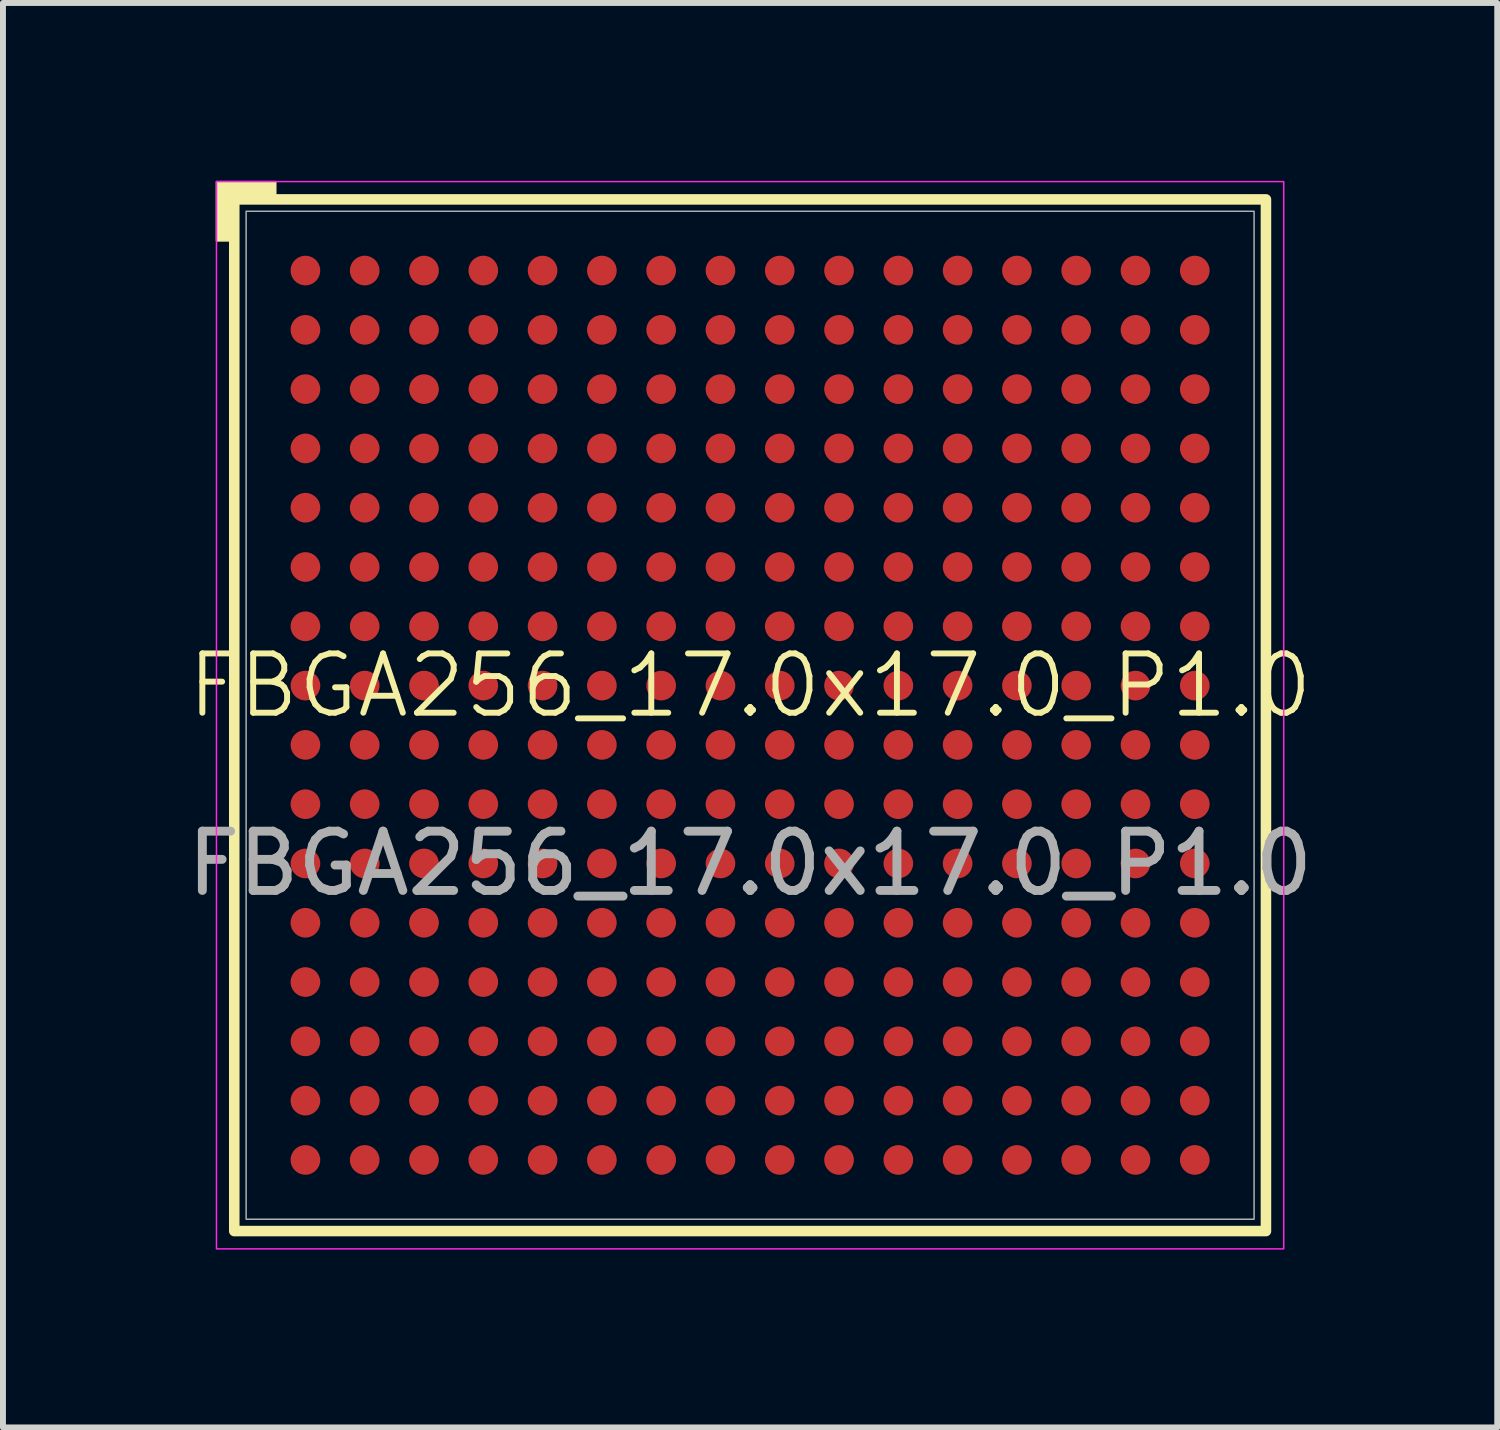
<source format=kicad_pcb>
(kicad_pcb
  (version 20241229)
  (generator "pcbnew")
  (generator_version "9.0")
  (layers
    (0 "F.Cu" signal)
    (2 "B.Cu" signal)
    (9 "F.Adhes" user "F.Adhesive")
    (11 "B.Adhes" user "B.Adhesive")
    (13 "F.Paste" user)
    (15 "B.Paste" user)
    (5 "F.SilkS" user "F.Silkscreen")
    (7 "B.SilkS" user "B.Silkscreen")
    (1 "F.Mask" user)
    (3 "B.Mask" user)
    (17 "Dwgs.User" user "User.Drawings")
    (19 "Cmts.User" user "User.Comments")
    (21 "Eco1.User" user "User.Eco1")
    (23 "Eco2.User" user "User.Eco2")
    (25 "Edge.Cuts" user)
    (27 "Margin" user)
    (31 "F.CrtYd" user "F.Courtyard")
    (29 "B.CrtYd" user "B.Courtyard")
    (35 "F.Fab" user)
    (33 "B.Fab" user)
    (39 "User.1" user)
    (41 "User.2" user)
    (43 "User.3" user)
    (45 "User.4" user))
  (footprint "FBGA256_17.0x17.0_P1.0"
    (layer "F.Cu")
    (at 9.601 9.013)
    (property "Reference" "FBGA256_17.0x17.0_P1.0" (at 0 -0.5 0) (unlocked yes) (layer "F.SilkS") (effects (font (size 1 1) (thickness 0.1))))
    (attr smd)
    (fp_rect (start -8.7 8.7) (end 8.7 -8.7) (stroke (width 0.178) (type default)) (fill no) (layer "F.SilkS"))
    (fp_poly (pts (xy -8.7 -8) (xy -9 -8) (xy -9 -9) (xy -8 -9) (xy -8 -8.7) (xy -8.7 -8.7)) (stroke (width 0.025) (type solid)) (fill yes) (layer "F.SilkS"))
    (fp_rect (start -9 -9) (end 9 9) (stroke (width 0.025) (type default)) (fill no) (layer "F.CrtYd"))
    (fp_rect (start -8.5 8.5) (end 8.5 -8.5) (stroke (width 0.025) (type default)) (fill no) (layer "F.Fab"))
    (fp_text user "${REFERENCE}" (at 0 2.5 0) (unlocked yes) (layer "F.Fab") (effects (font (size 1 1) (thickness 0.15))))
    (pad "A1" smd circle (at -7.5 -7.5) (size 0.5 0.5) (layers "F.Cu" "F.Mask" "F.Paste"))
    (pad "A2" smd circle (at -6.5 -7.5) (size 0.5 0.5) (layers "F.Cu" "F.Mask" "F.Paste"))
    (pad "A3" smd circle (at -5.5 -7.5) (size 0.5 0.5) (layers "F.Cu" "F.Mask" "F.Paste"))
    (pad "A4" smd circle (at -4.5 -7.5) (size 0.5 0.5) (layers "F.Cu" "F.Mask" "F.Paste"))
    (pad "A5" smd circle (at -3.5 -7.5) (size 0.5 0.5) (layers "F.Cu" "F.Mask" "F.Paste"))
    (pad "A6" smd circle (at -2.5 -7.5) (size 0.5 0.5) (layers "F.Cu" "F.Mask" "F.Paste"))
    (pad "A7" smd circle (at -1.5 -7.5) (size 0.5 0.5) (layers "F.Cu" "F.Mask" "F.Paste"))
    (pad "A8" smd circle (at -0.5 -7.5) (size 0.5 0.5) (layers "F.Cu" "F.Mask" "F.Paste"))
    (pad "A9" smd circle (at 0.5 -7.5) (size 0.5 0.5) (layers "F.Cu" "F.Mask" "F.Paste"))
    (pad "A10" smd circle (at 1.5 -7.5) (size 0.5 0.5) (layers "F.Cu" "F.Mask" "F.Paste"))
    (pad "A11" smd circle (at 2.5 -7.5) (size 0.5 0.5) (layers "F.Cu" "F.Mask" "F.Paste"))
    (pad "A12" smd circle (at 3.5 -7.5) (size 0.5 0.5) (layers "F.Cu" "F.Mask" "F.Paste"))
    (pad "A13" smd circle (at 4.5 -7.5) (size 0.5 0.5) (layers "F.Cu" "F.Mask" "F.Paste"))
    (pad "A14" smd circle (at 5.5 -7.5) (size 0.5 0.5) (layers "F.Cu" "F.Mask" "F.Paste"))
    (pad "A15" smd circle (at 6.5 -7.5) (size 0.5 0.5) (layers "F.Cu" "F.Mask" "F.Paste"))
    (pad "A16" smd circle (at 7.5 -7.5) (size 0.5 0.5) (layers "F.Cu" "F.Mask" "F.Paste"))
    (pad "B1" smd circle (at -7.5 -6.5) (size 0.5 0.5) (layers "F.Cu" "F.Mask" "F.Paste"))
    (pad "B2" smd circle (at -6.5 -6.5) (size 0.5 0.5) (layers "F.Cu" "F.Mask" "F.Paste"))
    (pad "B3" smd circle (at -5.5 -6.5) (size 0.5 0.5) (layers "F.Cu" "F.Mask" "F.Paste"))
    (pad "B4" smd circle (at -4.5 -6.5) (size 0.5 0.5) (layers "F.Cu" "F.Mask" "F.Paste"))
    (pad "B5" smd circle (at -3.5 -6.5) (size 0.5 0.5) (layers "F.Cu" "F.Mask" "F.Paste"))
    (pad "B6" smd circle (at -2.5 -6.5) (size 0.5 0.5) (layers "F.Cu" "F.Mask" "F.Paste"))
    (pad "B7" smd circle (at -1.5 -6.5) (size 0.5 0.5) (layers "F.Cu" "F.Mask" "F.Paste"))
    (pad "B8" smd circle (at -0.5 -6.5) (size 0.5 0.5) (layers "F.Cu" "F.Mask" "F.Paste"))
    (pad "B9" smd circle (at 0.5 -6.5) (size 0.5 0.5) (layers "F.Cu" "F.Mask" "F.Paste"))
    (pad "B10" smd circle (at 1.5 -6.5) (size 0.5 0.5) (layers "F.Cu" "F.Mask" "F.Paste"))
    (pad "B11" smd circle (at 2.5 -6.5) (size 0.5 0.5) (layers "F.Cu" "F.Mask" "F.Paste"))
    (pad "B12" smd circle (at 3.5 -6.5) (size 0.5 0.5) (layers "F.Cu" "F.Mask" "F.Paste"))
    (pad "B13" smd circle (at 4.5 -6.5) (size 0.5 0.5) (layers "F.Cu" "F.Mask" "F.Paste"))
    (pad "B14" smd circle (at 5.5 -6.5) (size 0.5 0.5) (layers "F.Cu" "F.Mask" "F.Paste"))
    (pad "B15" smd circle (at 6.5 -6.5) (size 0.5 0.5) (layers "F.Cu" "F.Mask" "F.Paste"))
    (pad "B16" smd circle (at 7.5 -6.5) (size 0.5 0.5) (layers "F.Cu" "F.Mask" "F.Paste"))
    (pad "C1" smd circle (at -7.5 -5.5) (size 0.5 0.5) (layers "F.Cu" "F.Mask" "F.Paste"))
    (pad "C2" smd circle (at -6.5 -5.5) (size 0.5 0.5) (layers "F.Cu" "F.Mask" "F.Paste"))
    (pad "C3" smd circle (at -5.5 -5.5) (size 0.5 0.5) (layers "F.Cu" "F.Mask" "F.Paste"))
    (pad "C4" smd circle (at -4.5 -5.5) (size 0.5 0.5) (layers "F.Cu" "F.Mask" "F.Paste"))
    (pad "C5" smd circle (at -3.5 -5.5) (size 0.5 0.5) (layers "F.Cu" "F.Mask" "F.Paste"))
    (pad "C6" smd circle (at -2.5 -5.5) (size 0.5 0.5) (layers "F.Cu" "F.Mask" "F.Paste"))
    (pad "C7" smd circle (at -1.5 -5.5) (size 0.5 0.5) (layers "F.Cu" "F.Mask" "F.Paste"))
    (pad "C8" smd circle (at -0.5 -5.5) (size 0.5 0.5) (layers "F.Cu" "F.Mask" "F.Paste"))
    (pad "C9" smd circle (at 0.5 -5.5) (size 0.5 0.5) (layers "F.Cu" "F.Mask" "F.Paste"))
    (pad "C10" smd circle (at 1.5 -5.5) (size 0.5 0.5) (layers "F.Cu" "F.Mask" "F.Paste"))
    (pad "C11" smd circle (at 2.5 -5.5) (size 0.5 0.5) (layers "F.Cu" "F.Mask" "F.Paste"))
    (pad "C12" smd circle (at 3.5 -5.5) (size 0.5 0.5) (layers "F.Cu" "F.Mask" "F.Paste"))
    (pad "C13" smd circle (at 4.5 -5.5) (size 0.5 0.5) (layers "F.Cu" "F.Mask" "F.Paste"))
    (pad "C14" smd circle (at 5.5 -5.5) (size 0.5 0.5) (layers "F.Cu" "F.Mask" "F.Paste"))
    (pad "C15" smd circle (at 6.5 -5.5) (size 0.5 0.5) (layers "F.Cu" "F.Mask" "F.Paste"))
    (pad "C16" smd circle (at 7.5 -5.5) (size 0.5 0.5) (layers "F.Cu" "F.Mask" "F.Paste"))
    (pad "D1" smd circle (at -7.5 -4.5) (size 0.5 0.5) (layers "F.Cu" "F.Mask" "F.Paste"))
    (pad "D2" smd circle (at -6.5 -4.5) (size 0.5 0.5) (layers "F.Cu" "F.Mask" "F.Paste"))
    (pad "D3" smd circle (at -5.5 -4.5) (size 0.5 0.5) (layers "F.Cu" "F.Mask" "F.Paste"))
    (pad "D4" smd circle (at -4.5 -4.5) (size 0.5 0.5) (layers "F.Cu" "F.Mask" "F.Paste"))
    (pad "D5" smd circle (at -3.5 -4.5) (size 0.5 0.5) (layers "F.Cu" "F.Mask" "F.Paste"))
    (pad "D6" smd circle (at -2.5 -4.5) (size 0.5 0.5) (layers "F.Cu" "F.Mask" "F.Paste"))
    (pad "D7" smd circle (at -1.5 -4.5) (size 0.5 0.5) (layers "F.Cu" "F.Mask" "F.Paste"))
    (pad "D8" smd circle (at -0.5 -4.5) (size 0.5 0.5) (layers "F.Cu" "F.Mask" "F.Paste"))
    (pad "D9" smd circle (at 0.5 -4.5) (size 0.5 0.5) (layers "F.Cu" "F.Mask" "F.Paste"))
    (pad "D10" smd circle (at 1.5 -4.5) (size 0.5 0.5) (layers "F.Cu" "F.Mask" "F.Paste"))
    (pad "D11" smd circle (at 2.5 -4.5) (size 0.5 0.5) (layers "F.Cu" "F.Mask" "F.Paste"))
    (pad "D12" smd circle (at 3.5 -4.5) (size 0.5 0.5) (layers "F.Cu" "F.Mask" "F.Paste"))
    (pad "D13" smd circle (at 4.5 -4.5) (size 0.5 0.5) (layers "F.Cu" "F.Mask" "F.Paste"))
    (pad "D14" smd circle (at 5.5 -4.5) (size 0.5 0.5) (layers "F.Cu" "F.Mask" "F.Paste"))
    (pad "D15" smd circle (at 6.5 -4.5) (size 0.5 0.5) (layers "F.Cu" "F.Mask" "F.Paste"))
    (pad "D16" smd circle (at 7.5 -4.5) (size 0.5 0.5) (layers "F.Cu" "F.Mask" "F.Paste"))
    (pad "E1" smd circle (at -7.5 -3.5) (size 0.5 0.5) (layers "F.Cu" "F.Mask" "F.Paste"))
    (pad "E2" smd circle (at -6.5 -3.5) (size 0.5 0.5) (layers "F.Cu" "F.Mask" "F.Paste"))
    (pad "E3" smd circle (at -5.5 -3.5) (size 0.5 0.5) (layers "F.Cu" "F.Mask" "F.Paste"))
    (pad "E4" smd circle (at -4.5 -3.5) (size 0.5 0.5) (layers "F.Cu" "F.Mask" "F.Paste"))
    (pad "E5" smd circle (at -3.5 -3.5) (size 0.5 0.5) (layers "F.Cu" "F.Mask" "F.Paste"))
    (pad "E6" smd circle (at -2.5 -3.5) (size 0.5 0.5) (layers "F.Cu" "F.Mask" "F.Paste"))
    (pad "E7" smd circle (at -1.5 -3.5) (size 0.5 0.5) (layers "F.Cu" "F.Mask" "F.Paste"))
    (pad "E8" smd circle (at -0.5 -3.5) (size 0.5 0.5) (layers "F.Cu" "F.Mask" "F.Paste"))
    (pad "E9" smd circle (at 0.5 -3.5) (size 0.5 0.5) (layers "F.Cu" "F.Mask" "F.Paste"))
    (pad "E10" smd circle (at 1.5 -3.5) (size 0.5 0.5) (layers "F.Cu" "F.Mask" "F.Paste"))
    (pad "E11" smd circle (at 2.5 -3.5) (size 0.5 0.5) (layers "F.Cu" "F.Mask" "F.Paste"))
    (pad "E12" smd circle (at 3.5 -3.5) (size 0.5 0.5) (layers "F.Cu" "F.Mask" "F.Paste"))
    (pad "E13" smd circle (at 4.5 -3.5) (size 0.5 0.5) (layers "F.Cu" "F.Mask" "F.Paste"))
    (pad "E14" smd circle (at 5.5 -3.5) (size 0.5 0.5) (layers "F.Cu" "F.Mask" "F.Paste"))
    (pad "E15" smd circle (at 6.5 -3.5) (size 0.5 0.5) (layers "F.Cu" "F.Mask" "F.Paste"))
    (pad "E16" smd circle (at 7.5 -3.5) (size 0.5 0.5) (layers "F.Cu" "F.Mask" "F.Paste"))
    (pad "F1" smd circle (at -7.5 -2.5) (size 0.5 0.5) (layers "F.Cu" "F.Mask" "F.Paste"))
    (pad "F2" smd circle (at -6.5 -2.5) (size 0.5 0.5) (layers "F.Cu" "F.Mask" "F.Paste"))
    (pad "F3" smd circle (at -5.5 -2.5) (size 0.5 0.5) (layers "F.Cu" "F.Mask" "F.Paste"))
    (pad "F4" smd circle (at -4.5 -2.5) (size 0.5 0.5) (layers "F.Cu" "F.Mask" "F.Paste"))
    (pad "F5" smd circle (at -3.5 -2.5) (size 0.5 0.5) (layers "F.Cu" "F.Mask" "F.Paste"))
    (pad "F6" smd circle (at -2.5 -2.5) (size 0.5 0.5) (layers "F.Cu" "F.Mask" "F.Paste"))
    (pad "F7" smd circle (at -1.5 -2.5) (size 0.5 0.5) (layers "F.Cu" "F.Mask" "F.Paste"))
    (pad "F8" smd circle (at -0.5 -2.5) (size 0.5 0.5) (layers "F.Cu" "F.Mask" "F.Paste"))
    (pad "F9" smd circle (at 0.5 -2.5) (size 0.5 0.5) (layers "F.Cu" "F.Mask" "F.Paste"))
    (pad "F10" smd circle (at 1.5 -2.5) (size 0.5 0.5) (layers "F.Cu" "F.Mask" "F.Paste"))
    (pad "F11" smd circle (at 2.5 -2.5) (size 0.5 0.5) (layers "F.Cu" "F.Mask" "F.Paste"))
    (pad "F12" smd circle (at 3.5 -2.5) (size 0.5 0.5) (layers "F.Cu" "F.Mask" "F.Paste"))
    (pad "F13" smd circle (at 4.5 -2.5) (size 0.5 0.5) (layers "F.Cu" "F.Mask" "F.Paste"))
    (pad "F14" smd circle (at 5.5 -2.5) (size 0.5 0.5) (layers "F.Cu" "F.Mask" "F.Paste"))
    (pad "F15" smd circle (at 6.5 -2.5) (size 0.5 0.5) (layers "F.Cu" "F.Mask" "F.Paste"))
    (pad "F16" smd circle (at 7.5 -2.5) (size 0.5 0.5) (layers "F.Cu" "F.Mask" "F.Paste"))
    (pad "G1" smd circle (at -7.5 -1.5) (size 0.5 0.5) (layers "F.Cu" "F.Mask" "F.Paste"))
    (pad "G2" smd circle (at -6.5 -1.5) (size 0.5 0.5) (layers "F.Cu" "F.Mask" "F.Paste"))
    (pad "G3" smd circle (at -5.5 -1.5) (size 0.5 0.5) (layers "F.Cu" "F.Mask" "F.Paste"))
    (pad "G4" smd circle (at -4.5 -1.5) (size 0.5 0.5) (layers "F.Cu" "F.Mask" "F.Paste"))
    (pad "G5" smd circle (at -3.5 -1.5) (size 0.5 0.5) (layers "F.Cu" "F.Mask" "F.Paste"))
    (pad "G6" smd circle (at -2.5 -1.5) (size 0.5 0.5) (layers "F.Cu" "F.Mask" "F.Paste"))
    (pad "G7" smd circle (at -1.5 -1.5) (size 0.5 0.5) (layers "F.Cu" "F.Mask" "F.Paste"))
    (pad "G8" smd circle (at -0.5 -1.5) (size 0.5 0.5) (layers "F.Cu" "F.Mask" "F.Paste"))
    (pad "G9" smd circle (at 0.5 -1.5) (size 0.5 0.5) (layers "F.Cu" "F.Mask" "F.Paste"))
    (pad "G10" smd circle (at 1.5 -1.5) (size 0.5 0.5) (layers "F.Cu" "F.Mask" "F.Paste"))
    (pad "G11" smd circle (at 2.5 -1.5) (size 0.5 0.5) (layers "F.Cu" "F.Mask" "F.Paste"))
    (pad "G12" smd circle (at 3.5 -1.5) (size 0.5 0.5) (layers "F.Cu" "F.Mask" "F.Paste"))
    (pad "G13" smd circle (at 4.5 -1.5) (size 0.5 0.5) (layers "F.Cu" "F.Mask" "F.Paste"))
    (pad "G14" smd circle (at 5.5 -1.5) (size 0.5 0.5) (layers "F.Cu" "F.Mask" "F.Paste"))
    (pad "G15" smd circle (at 6.5 -1.5) (size 0.5 0.5) (layers "F.Cu" "F.Mask" "F.Paste"))
    (pad "G16" smd circle (at 7.5 -1.5) (size 0.5 0.5) (layers "F.Cu" "F.Mask" "F.Paste"))
    (pad "H1" smd circle (at -7.5 -0.5) (size 0.5 0.5) (layers "F.Cu" "F.Mask" "F.Paste"))
    (pad "H2" smd circle (at -6.5 -0.5) (size 0.5 0.5) (layers "F.Cu" "F.Mask" "F.Paste"))
    (pad "H3" smd circle (at -5.5 -0.5) (size 0.5 0.5) (layers "F.Cu" "F.Mask" "F.Paste"))
    (pad "H4" smd circle (at -4.5 -0.5) (size 0.5 0.5) (layers "F.Cu" "F.Mask" "F.Paste"))
    (pad "H5" smd circle (at -3.5 -0.5) (size 0.5 0.5) (layers "F.Cu" "F.Mask" "F.Paste"))
    (pad "H6" smd circle (at -2.5 -0.5) (size 0.5 0.5) (layers "F.Cu" "F.Mask" "F.Paste"))
    (pad "H7" smd circle (at -1.5 -0.5) (size 0.5 0.5) (layers "F.Cu" "F.Mask" "F.Paste"))
    (pad "H8" smd circle (at -0.5 -0.5) (size 0.5 0.5) (layers "F.Cu" "F.Mask" "F.Paste"))
    (pad "H9" smd circle (at 0.5 -0.5) (size 0.5 0.5) (layers "F.Cu" "F.Mask" "F.Paste"))
    (pad "H10" smd circle (at 1.5 -0.5) (size 0.5 0.5) (layers "F.Cu" "F.Mask" "F.Paste"))
    (pad "H11" smd circle (at 2.5 -0.5) (size 0.5 0.5) (layers "F.Cu" "F.Mask" "F.Paste"))
    (pad "H12" smd circle (at 3.5 -0.5) (size 0.5 0.5) (layers "F.Cu" "F.Mask" "F.Paste"))
    (pad "H13" smd circle (at 4.5 -0.5) (size 0.5 0.5) (layers "F.Cu" "F.Mask" "F.Paste"))
    (pad "H14" smd circle (at 5.5 -0.5) (size 0.5 0.5) (layers "F.Cu" "F.Mask" "F.Paste"))
    (pad "H15" smd circle (at 6.5 -0.5) (size 0.5 0.5) (layers "F.Cu" "F.Mask" "F.Paste"))
    (pad "H16" smd circle (at 7.5 -0.5) (size 0.5 0.5) (layers "F.Cu" "F.Mask" "F.Paste"))
    (pad "J1" smd circle (at -7.5 0.5) (size 0.5 0.5) (layers "F.Cu" "F.Mask" "F.Paste"))
    (pad "J2" smd circle (at -6.5 0.5) (size 0.5 0.5) (layers "F.Cu" "F.Mask" "F.Paste"))
    (pad "J3" smd circle (at -5.5 0.5) (size 0.5 0.5) (layers "F.Cu" "F.Mask" "F.Paste"))
    (pad "J4" smd circle (at -4.5 0.5) (size 0.5 0.5) (layers "F.Cu" "F.Mask" "F.Paste"))
    (pad "J5" smd circle (at -3.5 0.5) (size 0.5 0.5) (layers "F.Cu" "F.Mask" "F.Paste"))
    (pad "J6" smd circle (at -2.5 0.5) (size 0.5 0.5) (layers "F.Cu" "F.Mask" "F.Paste"))
    (pad "J7" smd circle (at -1.5 0.5) (size 0.5 0.5) (layers "F.Cu" "F.Mask" "F.Paste"))
    (pad "J8" smd circle (at -0.5 0.5) (size 0.5 0.5) (layers "F.Cu" "F.Mask" "F.Paste"))
    (pad "J9" smd circle (at 0.5 0.5) (size 0.5 0.5) (layers "F.Cu" "F.Mask" "F.Paste"))
    (pad "J10" smd circle (at 1.5 0.5) (size 0.5 0.5) (layers "F.Cu" "F.Mask" "F.Paste"))
    (pad "J11" smd circle (at 2.5 0.5) (size 0.5 0.5) (layers "F.Cu" "F.Mask" "F.Paste"))
    (pad "J12" smd circle (at 3.5 0.5) (size 0.5 0.5) (layers "F.Cu" "F.Mask" "F.Paste"))
    (pad "J13" smd circle (at 4.5 0.5) (size 0.5 0.5) (layers "F.Cu" "F.Mask" "F.Paste"))
    (pad "J14" smd circle (at 5.5 0.5) (size 0.5 0.5) (layers "F.Cu" "F.Mask" "F.Paste"))
    (pad "J15" smd circle (at 6.5 0.5) (size 0.5 0.5) (layers "F.Cu" "F.Mask" "F.Paste"))
    (pad "J16" smd circle (at 7.5 0.5) (size 0.5 0.5) (layers "F.Cu" "F.Mask" "F.Paste"))
    (pad "K1" smd circle (at -7.5 1.5) (size 0.5 0.5) (layers "F.Cu" "F.Mask" "F.Paste"))
    (pad "K2" smd circle (at -6.5 1.5) (size 0.5 0.5) (layers "F.Cu" "F.Mask" "F.Paste"))
    (pad "K3" smd circle (at -5.5 1.5) (size 0.5 0.5) (layers "F.Cu" "F.Mask" "F.Paste"))
    (pad "K4" smd circle (at -4.5 1.5) (size 0.5 0.5) (layers "F.Cu" "F.Mask" "F.Paste"))
    (pad "K5" smd circle (at -3.5 1.5) (size 0.5 0.5) (layers "F.Cu" "F.Mask" "F.Paste"))
    (pad "K6" smd circle (at -2.5 1.5) (size 0.5 0.5) (layers "F.Cu" "F.Mask" "F.Paste"))
    (pad "K7" smd circle (at -1.5 1.5) (size 0.5 0.5) (layers "F.Cu" "F.Mask" "F.Paste"))
    (pad "K8" smd circle (at -0.5 1.5) (size 0.5 0.5) (layers "F.Cu" "F.Mask" "F.Paste"))
    (pad "K9" smd circle (at 0.5 1.5) (size 0.5 0.5) (layers "F.Cu" "F.Mask" "F.Paste"))
    (pad "K10" smd circle (at 1.5 1.5) (size 0.5 0.5) (layers "F.Cu" "F.Mask" "F.Paste"))
    (pad "K11" smd circle (at 2.5 1.5) (size 0.5 0.5) (layers "F.Cu" "F.Mask" "F.Paste"))
    (pad "K12" smd circle (at 3.5 1.5) (size 0.5 0.5) (layers "F.Cu" "F.Mask" "F.Paste"))
    (pad "K13" smd circle (at 4.5 1.5) (size 0.5 0.5) (layers "F.Cu" "F.Mask" "F.Paste"))
    (pad "K14" smd circle (at 5.5 1.5) (size 0.5 0.5) (layers "F.Cu" "F.Mask" "F.Paste"))
    (pad "K15" smd circle (at 6.5 1.5) (size 0.5 0.5) (layers "F.Cu" "F.Mask" "F.Paste"))
    (pad "K16" smd circle (at 7.5 1.5) (size 0.5 0.5) (layers "F.Cu" "F.Mask" "F.Paste"))
    (pad "L1" smd circle (at -7.5 2.5) (size 0.5 0.5) (layers "F.Cu" "F.Mask" "F.Paste"))
    (pad "L2" smd circle (at -6.5 2.5) (size 0.5 0.5) (layers "F.Cu" "F.Mask" "F.Paste"))
    (pad "L3" smd circle (at -5.5 2.5) (size 0.5 0.5) (layers "F.Cu" "F.Mask" "F.Paste"))
    (pad "L4" smd circle (at -4.5 2.5) (size 0.5 0.5) (layers "F.Cu" "F.Mask" "F.Paste"))
    (pad "L5" smd circle (at -3.5 2.5) (size 0.5 0.5) (layers "F.Cu" "F.Mask" "F.Paste"))
    (pad "L6" smd circle (at -2.5 2.5) (size 0.5 0.5) (layers "F.Cu" "F.Mask" "F.Paste"))
    (pad "L7" smd circle (at -1.5 2.5) (size 0.5 0.5) (layers "F.Cu" "F.Mask" "F.Paste"))
    (pad "L8" smd circle (at -0.5 2.5) (size 0.5 0.5) (layers "F.Cu" "F.Mask" "F.Paste"))
    (pad "L9" smd circle (at 0.5 2.5) (size 0.5 0.5) (layers "F.Cu" "F.Mask" "F.Paste"))
    (pad "L10" smd circle (at 1.5 2.5) (size 0.5 0.5) (layers "F.Cu" "F.Mask" "F.Paste"))
    (pad "L11" smd circle (at 2.5 2.5) (size 0.5 0.5) (layers "F.Cu" "F.Mask" "F.Paste"))
    (pad "L12" smd circle (at 3.5 2.5) (size 0.5 0.5) (layers "F.Cu" "F.Mask" "F.Paste"))
    (pad "L13" smd circle (at 4.5 2.5) (size 0.5 0.5) (layers "F.Cu" "F.Mask" "F.Paste"))
    (pad "L14" smd circle (at 5.5 2.5) (size 0.5 0.5) (layers "F.Cu" "F.Mask" "F.Paste"))
    (pad "L15" smd circle (at 6.5 2.5) (size 0.5 0.5) (layers "F.Cu" "F.Mask" "F.Paste"))
    (pad "L16" smd circle (at 7.5 2.5) (size 0.5 0.5) (layers "F.Cu" "F.Mask" "F.Paste"))
    (pad "M1" smd circle (at -7.5 3.5) (size 0.5 0.5) (layers "F.Cu" "F.Mask" "F.Paste"))
    (pad "M2" smd circle (at -6.5 3.5) (size 0.5 0.5) (layers "F.Cu" "F.Mask" "F.Paste"))
    (pad "M3" smd circle (at -5.5 3.5) (size 0.5 0.5) (layers "F.Cu" "F.Mask" "F.Paste"))
    (pad "M4" smd circle (at -4.5 3.5) (size 0.5 0.5) (layers "F.Cu" "F.Mask" "F.Paste"))
    (pad "M5" smd circle (at -3.5 3.5) (size 0.5 0.5) (layers "F.Cu" "F.Mask" "F.Paste"))
    (pad "M6" smd circle (at -2.5 3.5) (size 0.5 0.5) (layers "F.Cu" "F.Mask" "F.Paste"))
    (pad "M7" smd circle (at -1.5 3.5) (size 0.5 0.5) (layers "F.Cu" "F.Mask" "F.Paste"))
    (pad "M8" smd circle (at -0.5 3.5) (size 0.5 0.5) (layers "F.Cu" "F.Mask" "F.Paste"))
    (pad "M9" smd circle (at 0.5 3.5) (size 0.5 0.5) (layers "F.Cu" "F.Mask" "F.Paste"))
    (pad "M10" smd circle (at 1.5 3.5) (size 0.5 0.5) (layers "F.Cu" "F.Mask" "F.Paste"))
    (pad "M11" smd circle (at 2.5 3.5) (size 0.5 0.5) (layers "F.Cu" "F.Mask" "F.Paste"))
    (pad "M12" smd circle (at 3.5 3.5) (size 0.5 0.5) (layers "F.Cu" "F.Mask" "F.Paste"))
    (pad "M13" smd circle (at 4.5 3.5) (size 0.5 0.5) (layers "F.Cu" "F.Mask" "F.Paste"))
    (pad "M14" smd circle (at 5.5 3.5) (size 0.5 0.5) (layers "F.Cu" "F.Mask" "F.Paste"))
    (pad "M15" smd circle (at 6.5 3.5) (size 0.5 0.5) (layers "F.Cu" "F.Mask" "F.Paste"))
    (pad "M16" smd circle (at 7.5 3.5) (size 0.5 0.5) (layers "F.Cu" "F.Mask" "F.Paste"))
    (pad "N1" smd circle (at -7.5 4.5) (size 0.5 0.5) (layers "F.Cu" "F.Mask" "F.Paste"))
    (pad "N2" smd circle (at -6.5 4.5) (size 0.5 0.5) (layers "F.Cu" "F.Mask" "F.Paste"))
    (pad "N3" smd circle (at -5.5 4.5) (size 0.5 0.5) (layers "F.Cu" "F.Mask" "F.Paste"))
    (pad "N4" smd circle (at -4.5 4.5) (size 0.5 0.5) (layers "F.Cu" "F.Mask" "F.Paste"))
    (pad "N5" smd circle (at -3.5 4.5) (size 0.5 0.5) (layers "F.Cu" "F.Mask" "F.Paste"))
    (pad "N6" smd circle (at -2.5 4.5) (size 0.5 0.5) (layers "F.Cu" "F.Mask" "F.Paste"))
    (pad "N7" smd circle (at -1.5 4.5) (size 0.5 0.5) (layers "F.Cu" "F.Mask" "F.Paste"))
    (pad "N8" smd circle (at -0.5 4.5) (size 0.5 0.5) (layers "F.Cu" "F.Mask" "F.Paste"))
    (pad "N9" smd circle (at 0.5 4.5) (size 0.5 0.5) (layers "F.Cu" "F.Mask" "F.Paste"))
    (pad "N10" smd circle (at 1.5 4.5) (size 0.5 0.5) (layers "F.Cu" "F.Mask" "F.Paste"))
    (pad "N11" smd circle (at 2.5 4.5) (size 0.5 0.5) (layers "F.Cu" "F.Mask" "F.Paste"))
    (pad "N12" smd circle (at 3.5 4.5) (size 0.5 0.5) (layers "F.Cu" "F.Mask" "F.Paste"))
    (pad "N13" smd circle (at 4.5 4.5) (size 0.5 0.5) (layers "F.Cu" "F.Mask" "F.Paste"))
    (pad "N14" smd circle (at 5.5 4.5) (size 0.5 0.5) (layers "F.Cu" "F.Mask" "F.Paste"))
    (pad "N15" smd circle (at 6.5 4.5) (size 0.5 0.5) (layers "F.Cu" "F.Mask" "F.Paste"))
    (pad "N16" smd circle (at 7.5 4.5) (size 0.5 0.5) (layers "F.Cu" "F.Mask" "F.Paste"))
    (pad "P1" smd circle (at -7.5 5.5) (size 0.5 0.5) (layers "F.Cu" "F.Mask" "F.Paste"))
    (pad "P2" smd circle (at -6.5 5.5) (size 0.5 0.5) (layers "F.Cu" "F.Mask" "F.Paste"))
    (pad "P3" smd circle (at -5.5 5.5) (size 0.5 0.5) (layers "F.Cu" "F.Mask" "F.Paste"))
    (pad "P4" smd circle (at -4.5 5.5) (size 0.5 0.5) (layers "F.Cu" "F.Mask" "F.Paste"))
    (pad "P5" smd circle (at -3.5 5.5) (size 0.5 0.5) (layers "F.Cu" "F.Mask" "F.Paste"))
    (pad "P6" smd circle (at -2.5 5.5) (size 0.5 0.5) (layers "F.Cu" "F.Mask" "F.Paste"))
    (pad "P7" smd circle (at -1.5 5.5) (size 0.5 0.5) (layers "F.Cu" "F.Mask" "F.Paste"))
    (pad "P8" smd circle (at -0.5 5.5) (size 0.5 0.5) (layers "F.Cu" "F.Mask" "F.Paste"))
    (pad "P9" smd circle (at 0.5 5.5) (size 0.5 0.5) (layers "F.Cu" "F.Mask" "F.Paste"))
    (pad "P10" smd circle (at 1.5 5.5) (size 0.5 0.5) (layers "F.Cu" "F.Mask" "F.Paste"))
    (pad "P11" smd circle (at 2.5 5.5) (size 0.5 0.5) (layers "F.Cu" "F.Mask" "F.Paste"))
    (pad "P12" smd circle (at 3.5 5.5) (size 0.5 0.5) (layers "F.Cu" "F.Mask" "F.Paste"))
    (pad "P13" smd circle (at 4.5 5.5) (size 0.5 0.5) (layers "F.Cu" "F.Mask" "F.Paste"))
    (pad "P14" smd circle (at 5.5 5.5) (size 0.5 0.5) (layers "F.Cu" "F.Mask" "F.Paste"))
    (pad "P15" smd circle (at 6.5 5.5) (size 0.5 0.5) (layers "F.Cu" "F.Mask" "F.Paste"))
    (pad "P16" smd circle (at 7.5 5.5) (size 0.5 0.5) (layers "F.Cu" "F.Mask" "F.Paste"))
    (pad "R1" smd circle (at -7.5 6.5) (size 0.5 0.5) (layers "F.Cu" "F.Mask" "F.Paste"))
    (pad "R2" smd circle (at -6.5 6.5) (size 0.5 0.5) (layers "F.Cu" "F.Mask" "F.Paste"))
    (pad "R3" smd circle (at -5.5 6.5) (size 0.5 0.5) (layers "F.Cu" "F.Mask" "F.Paste"))
    (pad "R4" smd circle (at -4.5 6.5) (size 0.5 0.5) (layers "F.Cu" "F.Mask" "F.Paste"))
    (pad "R5" smd circle (at -3.5 6.5) (size 0.5 0.5) (layers "F.Cu" "F.Mask" "F.Paste"))
    (pad "R6" smd circle (at -2.5 6.5) (size 0.5 0.5) (layers "F.Cu" "F.Mask" "F.Paste"))
    (pad "R7" smd circle (at -1.5 6.5) (size 0.5 0.5) (layers "F.Cu" "F.Mask" "F.Paste"))
    (pad "R8" smd circle (at -0.5 6.5) (size 0.5 0.5) (layers "F.Cu" "F.Mask" "F.Paste"))
    (pad "R9" smd circle (at 0.5 6.5) (size 0.5 0.5) (layers "F.Cu" "F.Mask" "F.Paste"))
    (pad "R10" smd circle (at 1.5 6.5) (size 0.5 0.5) (layers "F.Cu" "F.Mask" "F.Paste"))
    (pad "R11" smd circle (at 2.5 6.5) (size 0.5 0.5) (layers "F.Cu" "F.Mask" "F.Paste"))
    (pad "R12" smd circle (at 3.5 6.5) (size 0.5 0.5) (layers "F.Cu" "F.Mask" "F.Paste"))
    (pad "R13" smd circle (at 4.5 6.5) (size 0.5 0.5) (layers "F.Cu" "F.Mask" "F.Paste"))
    (pad "R14" smd circle (at 5.5 6.5) (size 0.5 0.5) (layers "F.Cu" "F.Mask" "F.Paste"))
    (pad "R15" smd circle (at 6.5 6.5) (size 0.5 0.5) (layers "F.Cu" "F.Mask" "F.Paste"))
    (pad "R16" smd circle (at 7.5 6.5) (size 0.5 0.5) (layers "F.Cu" "F.Mask" "F.Paste"))
    (pad "T1" smd circle (at -7.5 7.5) (size 0.5 0.5) (layers "F.Cu" "F.Mask" "F.Paste"))
    (pad "T2" smd circle (at -6.5 7.5) (size 0.5 0.5) (layers "F.Cu" "F.Mask" "F.Paste"))
    (pad "T3" smd circle (at -5.5 7.5) (size 0.5 0.5) (layers "F.Cu" "F.Mask" "F.Paste"))
    (pad "T4" smd circle (at -4.5 7.5) (size 0.5 0.5) (layers "F.Cu" "F.Mask" "F.Paste"))
    (pad "T5" smd circle (at -3.5 7.5) (size 0.5 0.5) (layers "F.Cu" "F.Mask" "F.Paste"))
    (pad "T6" smd circle (at -2.5 7.5) (size 0.5 0.5) (layers "F.Cu" "F.Mask" "F.Paste"))
    (pad "T7" smd circle (at -1.5 7.5) (size 0.5 0.5) (layers "F.Cu" "F.Mask" "F.Paste"))
    (pad "T8" smd circle (at -0.5 7.5) (size 0.5 0.5) (layers "F.Cu" "F.Mask" "F.Paste"))
    (pad "T9" smd circle (at 0.5 7.5) (size 0.5 0.5) (layers "F.Cu" "F.Mask" "F.Paste"))
    (pad "T10" smd circle (at 1.5 7.5) (size 0.5 0.5) (layers "F.Cu" "F.Mask" "F.Paste"))
    (pad "T11" smd circle (at 2.5 7.5) (size 0.5 0.5) (layers "F.Cu" "F.Mask" "F.Paste"))
    (pad "T12" smd circle (at 3.5 7.5) (size 0.5 0.5) (layers "F.Cu" "F.Mask" "F.Paste"))
    (pad "T13" smd circle (at 4.5 7.5) (size 0.5 0.5) (layers "F.Cu" "F.Mask" "F.Paste"))
    (pad "T14" smd circle (at 5.5 7.5) (size 0.5 0.5) (layers "F.Cu" "F.Mask" "F.Paste"))
    (pad "T15" smd circle (at 6.5 7.5) (size 0.5 0.5) (layers "F.Cu" "F.Mask" "F.Paste"))
    (pad "T16" smd circle (at 7.5 7.5) (size 0.5 0.5) (layers "F.Cu" "F.Mask" "F.Paste")))
  (gr_rect
    (start -3 -3)
    (end 22.202 21.025)
    (stroke (width 0.1) (type default))
    (fill no)
    (layer "Edge.Cuts")))
</source>
